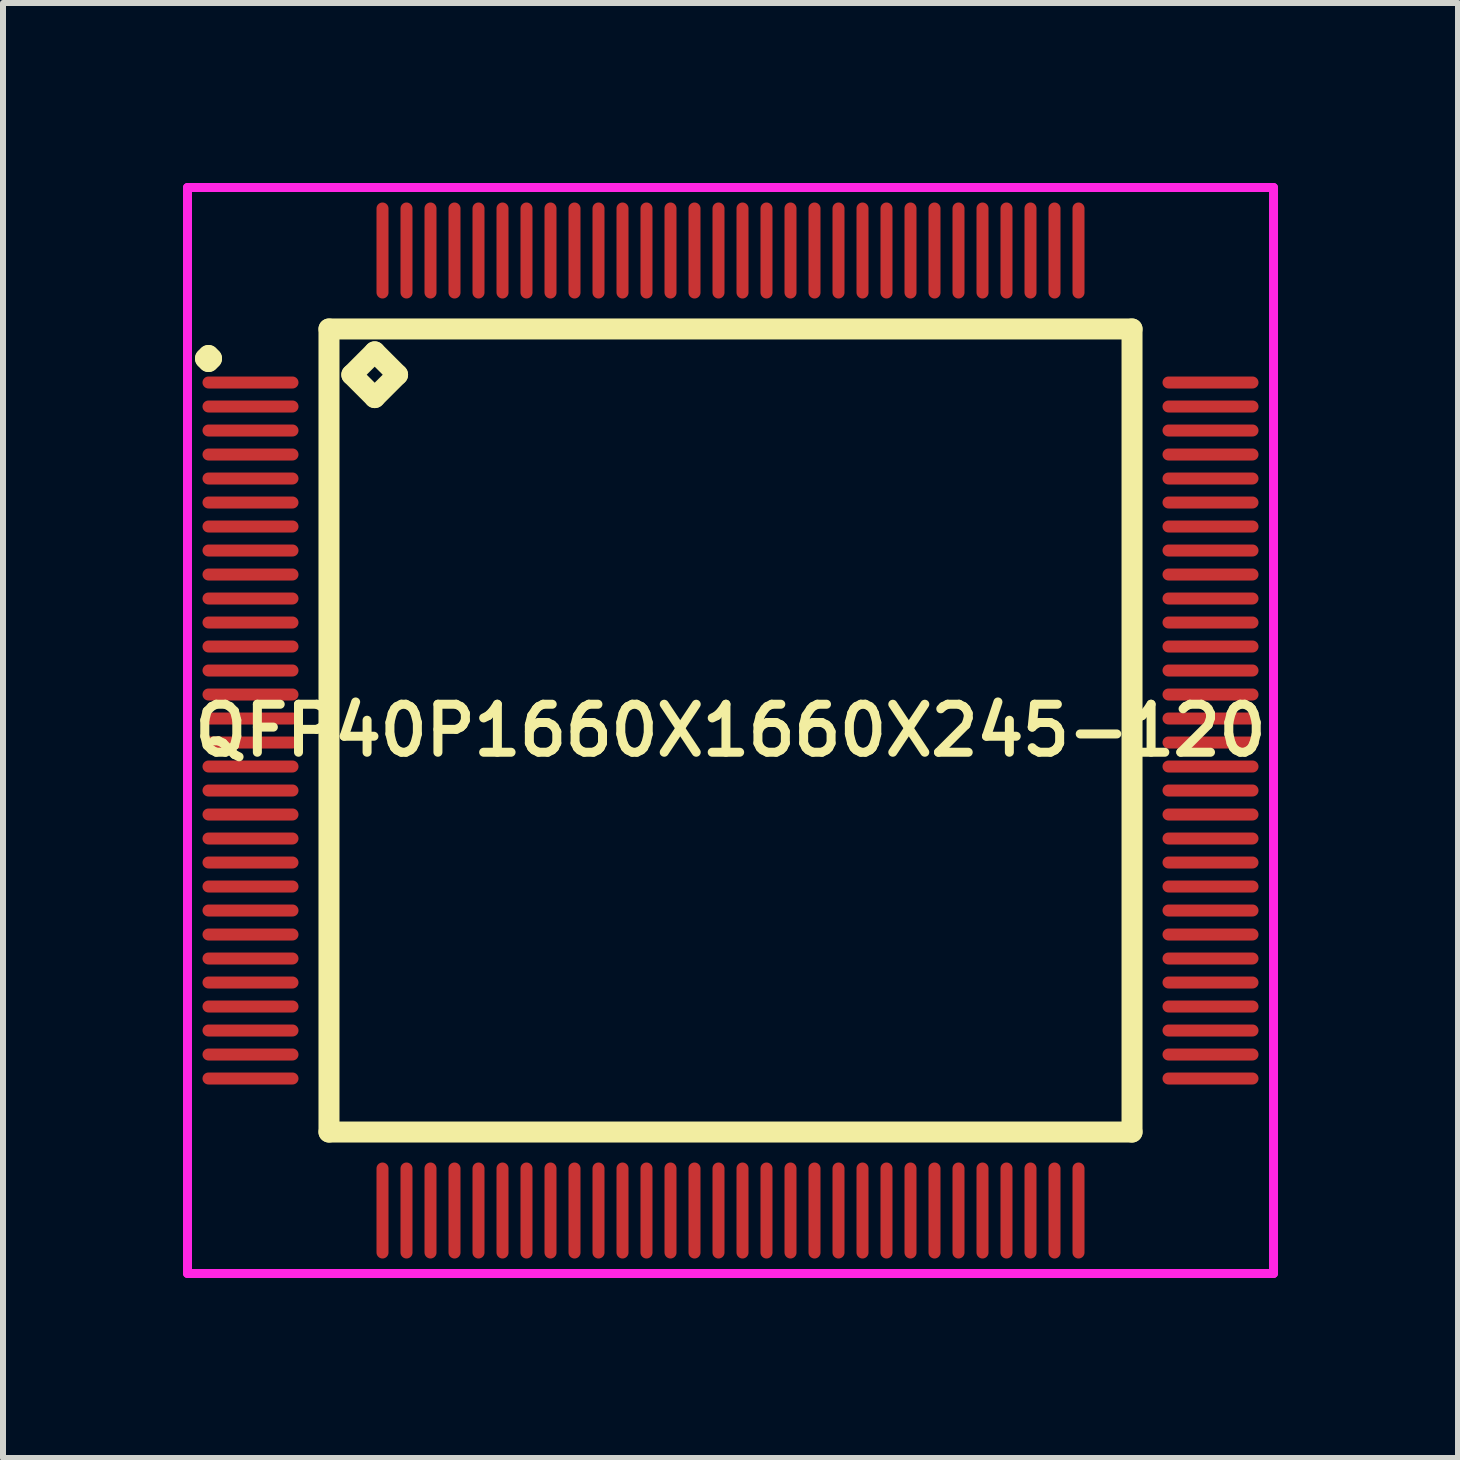
<source format=kicad_pcb>
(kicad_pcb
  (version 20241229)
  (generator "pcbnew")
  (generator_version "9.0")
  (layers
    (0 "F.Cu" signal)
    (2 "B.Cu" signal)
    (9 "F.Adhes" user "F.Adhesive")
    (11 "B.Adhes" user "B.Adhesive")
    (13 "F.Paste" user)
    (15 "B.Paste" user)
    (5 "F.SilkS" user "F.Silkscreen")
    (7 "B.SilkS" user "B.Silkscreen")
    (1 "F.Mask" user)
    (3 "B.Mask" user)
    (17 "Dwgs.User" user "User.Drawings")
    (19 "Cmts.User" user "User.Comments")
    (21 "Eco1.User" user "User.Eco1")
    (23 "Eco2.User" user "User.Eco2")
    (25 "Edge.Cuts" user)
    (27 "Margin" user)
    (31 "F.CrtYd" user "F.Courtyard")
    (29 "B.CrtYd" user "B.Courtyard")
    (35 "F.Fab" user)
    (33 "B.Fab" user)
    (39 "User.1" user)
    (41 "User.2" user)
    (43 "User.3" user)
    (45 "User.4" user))
  (footprint "QFP40P1660X1660X245-120"
    (layer "F.Cu")
    (at 9.125 9.125)
    (property "Reference" "QFP40P1660X1660X245-120" (at 0 0 0) (layer "F.SilkS") (effects (font (size 0.8 0.8) (thickness 0.15))))
    (attr smd)
    (fp_line (start -8.75 -6.2) (end -8.7 -6.25) (stroke (width 0.35) (type solid)) (layer "F.SilkS"))
    (fp_line (start -8.7 -6.25) (end -8.65 -6.2) (stroke (width 0.35) (type solid)) (layer "F.SilkS"))
    (fp_line (start -8.7 -6.15) (end -8.75 -6.2) (stroke (width 0.35) (type solid)) (layer "F.SilkS"))
    (fp_line (start -8.65 -6.2) (end -8.7 -6.15) (stroke (width 0.35) (type solid)) (layer "F.SilkS"))
    (fp_line (start -6.692 -6.692) (end -6.692 6.692) (stroke (width 0.35) (type solid)) (layer "F.SilkS"))
    (fp_line (start -6.692 6.692) (end 6.692 6.692) (stroke (width 0.35) (type solid)) (layer "F.SilkS"))
    (fp_line (start -6.311 -5.93) (end -5.93 -6.311) (stroke (width 0.35) (type solid)) (layer "F.SilkS"))
    (fp_line (start -5.93 -6.311) (end -5.549 -5.93) (stroke (width 0.35) (type solid)) (layer "F.SilkS"))
    (fp_line (start -5.93 -5.549) (end -6.311 -5.93) (stroke (width 0.35) (type solid)) (layer "F.SilkS"))
    (fp_line (start -5.549 -5.93) (end -5.93 -5.549) (stroke (width 0.35) (type solid)) (layer "F.SilkS"))
    (fp_line (start 6.692 -6.692) (end -6.692 -6.692) (stroke (width 0.35) (type solid)) (layer "F.SilkS"))
    (fp_line (start 6.692 6.692) (end 6.692 -6.692) (stroke (width 0.35) (type solid)) (layer "F.SilkS"))
    (fp_line (start -9.05 -9.05) (end 9.05 -9.05) (stroke (width 0.15) (type solid)) (layer "F.CrtYd"))
    (fp_line (start -9.05 9.05) (end -9.05 -9.05) (stroke (width 0.15) (type solid)) (layer "F.CrtYd"))
    (fp_line (start 9.05 -9.05) (end 9.05 9.05) (stroke (width 0.15) (type solid)) (layer "F.CrtYd"))
    (fp_line (start 9.05 9.05) (end -9.05 9.05) (stroke (width 0.15) (type solid)) (layer "F.CrtYd"))
    (pad "1" smd oval (at -8 -5.8) (size 1.6 0.2) (layers "F.Cu" "F.Mask" "F.Paste"))
    (pad "2" smd oval (at -8 -5.4) (size 1.6 0.2) (layers "F.Cu" "F.Mask" "F.Paste"))
    (pad "3" smd oval (at -8 -5) (size 1.6 0.2) (layers "F.Cu" "F.Mask" "F.Paste"))
    (pad "4" smd oval (at -8 -4.6) (size 1.6 0.2) (layers "F.Cu" "F.Mask" "F.Paste"))
    (pad "5" smd oval (at -8 -4.2) (size 1.6 0.2) (layers "F.Cu" "F.Mask" "F.Paste"))
    (pad "6" smd oval (at -8 -3.8) (size 1.6 0.2) (layers "F.Cu" "F.Mask" "F.Paste"))
    (pad "7" smd oval (at -8 -3.4) (size 1.6 0.2) (layers "F.Cu" "F.Mask" "F.Paste"))
    (pad "8" smd oval (at -8 -3) (size 1.6 0.2) (layers "F.Cu" "F.Mask" "F.Paste"))
    (pad "9" smd oval (at -8 -2.6) (size 1.6 0.2) (layers "F.Cu" "F.Mask" "F.Paste"))
    (pad "10" smd oval (at -8 -2.2) (size 1.6 0.2) (layers "F.Cu" "F.Mask" "F.Paste"))
    (pad "11" smd oval (at -8 -1.8) (size 1.6 0.2) (layers "F.Cu" "F.Mask" "F.Paste"))
    (pad "12" smd oval (at -8 -1.4) (size 1.6 0.2) (layers "F.Cu" "F.Mask" "F.Paste"))
    (pad "13" smd oval (at -8 -1) (size 1.6 0.2) (layers "F.Cu" "F.Mask" "F.Paste"))
    (pad "14" smd oval (at -8 -0.6) (size 1.6 0.2) (layers "F.Cu" "F.Mask" "F.Paste"))
    (pad "15" smd oval (at -8 -0.2) (size 1.6 0.2) (layers "F.Cu" "F.Mask" "F.Paste"))
    (pad "16" smd oval (at -8 0.2) (size 1.6 0.2) (layers "F.Cu" "F.Mask" "F.Paste"))
    (pad "17" smd oval (at -8 0.6) (size 1.6 0.2) (layers "F.Cu" "F.Mask" "F.Paste"))
    (pad "18" smd oval (at -8 1) (size 1.6 0.2) (layers "F.Cu" "F.Mask" "F.Paste"))
    (pad "19" smd oval (at -8 1.4) (size 1.6 0.2) (layers "F.Cu" "F.Mask" "F.Paste"))
    (pad "20" smd oval (at -8 1.8) (size 1.6 0.2) (layers "F.Cu" "F.Mask" "F.Paste"))
    (pad "21" smd oval (at -8 2.2) (size 1.6 0.2) (layers "F.Cu" "F.Mask" "F.Paste"))
    (pad "22" smd oval (at -8 2.6) (size 1.6 0.2) (layers "F.Cu" "F.Mask" "F.Paste"))
    (pad "23" smd oval (at -8 3) (size 1.6 0.2) (layers "F.Cu" "F.Mask" "F.Paste"))
    (pad "24" smd oval (at -8 3.4) (size 1.6 0.2) (layers "F.Cu" "F.Mask" "F.Paste"))
    (pad "25" smd oval (at -8 3.8) (size 1.6 0.2) (layers "F.Cu" "F.Mask" "F.Paste"))
    (pad "26" smd oval (at -8 4.2) (size 1.6 0.2) (layers "F.Cu" "F.Mask" "F.Paste"))
    (pad "27" smd oval (at -8 4.6) (size 1.6 0.2) (layers "F.Cu" "F.Mask" "F.Paste"))
    (pad "28" smd oval (at -8 5) (size 1.6 0.2) (layers "F.Cu" "F.Mask" "F.Paste"))
    (pad "29" smd oval (at -8 5.4) (size 1.6 0.2) (layers "F.Cu" "F.Mask" "F.Paste"))
    (pad "30" smd oval (at -8 5.8) (size 1.6 0.2) (layers "F.Cu" "F.Mask" "F.Paste"))
    (pad "31" smd oval (at -5.8 8) (size 0.2 1.6) (layers "F.Cu" "F.Mask" "F.Paste"))
    (pad "32" smd oval (at -5.4 8) (size 0.2 1.6) (layers "F.Cu" "F.Mask" "F.Paste"))
    (pad "33" smd oval (at -5 8) (size 0.2 1.6) (layers "F.Cu" "F.Mask" "F.Paste"))
    (pad "34" smd oval (at -4.6 8) (size 0.2 1.6) (layers "F.Cu" "F.Mask" "F.Paste"))
    (pad "35" smd oval (at -4.2 8) (size 0.2 1.6) (layers "F.Cu" "F.Mask" "F.Paste"))
    (pad "36" smd oval (at -3.8 8) (size 0.2 1.6) (layers "F.Cu" "F.Mask" "F.Paste"))
    (pad "37" smd oval (at -3.4 8) (size 0.2 1.6) (layers "F.Cu" "F.Mask" "F.Paste"))
    (pad "38" smd oval (at -3 8) (size 0.2 1.6) (layers "F.Cu" "F.Mask" "F.Paste"))
    (pad "39" smd oval (at -2.6 8) (size 0.2 1.6) (layers "F.Cu" "F.Mask" "F.Paste"))
    (pad "40" smd oval (at -2.2 8) (size 0.2 1.6) (layers "F.Cu" "F.Mask" "F.Paste"))
    (pad "41" smd oval (at -1.8 8) (size 0.2 1.6) (layers "F.Cu" "F.Mask" "F.Paste"))
    (pad "42" smd oval (at -1.4 8) (size 0.2 1.6) (layers "F.Cu" "F.Mask" "F.Paste"))
    (pad "43" smd oval (at -1 8) (size 0.2 1.6) (layers "F.Cu" "F.Mask" "F.Paste"))
    (pad "44" smd oval (at -0.6 8) (size 0.2 1.6) (layers "F.Cu" "F.Mask" "F.Paste"))
    (pad "45" smd oval (at -0.2 8) (size 0.2 1.6) (layers "F.Cu" "F.Mask" "F.Paste"))
    (pad "46" smd oval (at 0.2 8) (size 0.2 1.6) (layers "F.Cu" "F.Mask" "F.Paste"))
    (pad "47" smd oval (at 0.6 8) (size 0.2 1.6) (layers "F.Cu" "F.Mask" "F.Paste"))
    (pad "48" smd oval (at 1 8) (size 0.2 1.6) (layers "F.Cu" "F.Mask" "F.Paste"))
    (pad "49" smd oval (at 1.4 8) (size 0.2 1.6) (layers "F.Cu" "F.Mask" "F.Paste"))
    (pad "50" smd oval (at 1.8 8) (size 0.2 1.6) (layers "F.Cu" "F.Mask" "F.Paste"))
    (pad "51" smd oval (at 2.2 8) (size 0.2 1.6) (layers "F.Cu" "F.Mask" "F.Paste"))
    (pad "52" smd oval (at 2.6 8) (size 0.2 1.6) (layers "F.Cu" "F.Mask" "F.Paste"))
    (pad "53" smd oval (at 3 8) (size 0.2 1.6) (layers "F.Cu" "F.Mask" "F.Paste"))
    (pad "54" smd oval (at 3.4 8) (size 0.2 1.6) (layers "F.Cu" "F.Mask" "F.Paste"))
    (pad "55" smd oval (at 3.8 8) (size 0.2 1.6) (layers "F.Cu" "F.Mask" "F.Paste"))
    (pad "56" smd oval (at 4.2 8) (size 0.2 1.6) (layers "F.Cu" "F.Mask" "F.Paste"))
    (pad "57" smd oval (at 4.6 8) (size 0.2 1.6) (layers "F.Cu" "F.Mask" "F.Paste"))
    (pad "58" smd oval (at 5 8) (size 0.2 1.6) (layers "F.Cu" "F.Mask" "F.Paste"))
    (pad "59" smd oval (at 5.4 8) (size 0.2 1.6) (layers "F.Cu" "F.Mask" "F.Paste"))
    (pad "60" smd oval (at 5.8 8) (size 0.2 1.6) (layers "F.Cu" "F.Mask" "F.Paste"))
    (pad "61" smd oval (at 8 5.8) (size 1.6 0.2) (layers "F.Cu" "F.Mask" "F.Paste"))
    (pad "62" smd oval (at 8 5.4) (size 1.6 0.2) (layers "F.Cu" "F.Mask" "F.Paste"))
    (pad "63" smd oval (at 8 5) (size 1.6 0.2) (layers "F.Cu" "F.Mask" "F.Paste"))
    (pad "64" smd oval (at 8 4.6) (size 1.6 0.2) (layers "F.Cu" "F.Mask" "F.Paste"))
    (pad "65" smd oval (at 8 4.2) (size 1.6 0.2) (layers "F.Cu" "F.Mask" "F.Paste"))
    (pad "66" smd oval (at 8 3.8) (size 1.6 0.2) (layers "F.Cu" "F.Mask" "F.Paste"))
    (pad "67" smd oval (at 8 3.4) (size 1.6 0.2) (layers "F.Cu" "F.Mask" "F.Paste"))
    (pad "68" smd oval (at 8 3) (size 1.6 0.2) (layers "F.Cu" "F.Mask" "F.Paste"))
    (pad "69" smd oval (at 8 2.6) (size 1.6 0.2) (layers "F.Cu" "F.Mask" "F.Paste"))
    (pad "70" smd oval (at 8 2.2) (size 1.6 0.2) (layers "F.Cu" "F.Mask" "F.Paste"))
    (pad "71" smd oval (at 8 1.8) (size 1.6 0.2) (layers "F.Cu" "F.Mask" "F.Paste"))
    (pad "72" smd oval (at 8 1.4) (size 1.6 0.2) (layers "F.Cu" "F.Mask" "F.Paste"))
    (pad "73" smd oval (at 8 1) (size 1.6 0.2) (layers "F.Cu" "F.Mask" "F.Paste"))
    (pad "74" smd oval (at 8 0.6) (size 1.6 0.2) (layers "F.Cu" "F.Mask" "F.Paste"))
    (pad "75" smd oval (at 8 0.2) (size 1.6 0.2) (layers "F.Cu" "F.Mask" "F.Paste"))
    (pad "76" smd oval (at 8 -0.2) (size 1.6 0.2) (layers "F.Cu" "F.Mask" "F.Paste"))
    (pad "77" smd oval (at 8 -0.6) (size 1.6 0.2) (layers "F.Cu" "F.Mask" "F.Paste"))
    (pad "78" smd oval (at 8 -1) (size 1.6 0.2) (layers "F.Cu" "F.Mask" "F.Paste"))
    (pad "79" smd oval (at 8 -1.4) (size 1.6 0.2) (layers "F.Cu" "F.Mask" "F.Paste"))
    (pad "80" smd oval (at 8 -1.8) (size 1.6 0.2) (layers "F.Cu" "F.Mask" "F.Paste"))
    (pad "81" smd oval (at 8 -2.2) (size 1.6 0.2) (layers "F.Cu" "F.Mask" "F.Paste"))
    (pad "82" smd oval (at 8 -2.6) (size 1.6 0.2) (layers "F.Cu" "F.Mask" "F.Paste"))
    (pad "83" smd oval (at 8 -3) (size 1.6 0.2) (layers "F.Cu" "F.Mask" "F.Paste"))
    (pad "84" smd oval (at 8 -3.4) (size 1.6 0.2) (layers "F.Cu" "F.Mask" "F.Paste"))
    (pad "85" smd oval (at 8 -3.8) (size 1.6 0.2) (layers "F.Cu" "F.Mask" "F.Paste"))
    (pad "86" smd oval (at 8 -4.2) (size 1.6 0.2) (layers "F.Cu" "F.Mask" "F.Paste"))
    (pad "87" smd oval (at 8 -4.6) (size 1.6 0.2) (layers "F.Cu" "F.Mask" "F.Paste"))
    (pad "88" smd oval (at 8 -5) (size 1.6 0.2) (layers "F.Cu" "F.Mask" "F.Paste"))
    (pad "89" smd oval (at 8 -5.4) (size 1.6 0.2) (layers "F.Cu" "F.Mask" "F.Paste"))
    (pad "90" smd oval (at 8 -5.8) (size 1.6 0.2) (layers "F.Cu" "F.Mask" "F.Paste"))
    (pad "91" smd oval (at 5.8 -8) (size 0.2 1.6) (layers "F.Cu" "F.Mask" "F.Paste"))
    (pad "92" smd oval (at 5.4 -8) (size 0.2 1.6) (layers "F.Cu" "F.Mask" "F.Paste"))
    (pad "93" smd oval (at 5 -8) (size 0.2 1.6) (layers "F.Cu" "F.Mask" "F.Paste"))
    (pad "94" smd oval (at 4.6 -8) (size 0.2 1.6) (layers "F.Cu" "F.Mask" "F.Paste"))
    (pad "95" smd oval (at 4.2 -8) (size 0.2 1.6) (layers "F.Cu" "F.Mask" "F.Paste"))
    (pad "96" smd oval (at 3.8 -8) (size 0.2 1.6) (layers "F.Cu" "F.Mask" "F.Paste"))
    (pad "97" smd oval (at 3.4 -8) (size 0.2 1.6) (layers "F.Cu" "F.Mask" "F.Paste"))
    (pad "98" smd oval (at 3 -8) (size 0.2 1.6) (layers "F.Cu" "F.Mask" "F.Paste"))
    (pad "99" smd oval (at 2.6 -8) (size 0.2 1.6) (layers "F.Cu" "F.Mask" "F.Paste"))
    (pad "100" smd oval (at 2.2 -8) (size 0.2 1.6) (layers "F.Cu" "F.Mask" "F.Paste"))
    (pad "101" smd oval (at 1.8 -8) (size 0.2 1.6) (layers "F.Cu" "F.Mask" "F.Paste"))
    (pad "102" smd oval (at 1.4 -8) (size 0.2 1.6) (layers "F.Cu" "F.Mask" "F.Paste"))
    (pad "103" smd oval (at 1 -8) (size 0.2 1.6) (layers "F.Cu" "F.Mask" "F.Paste"))
    (pad "104" smd oval (at 0.6 -8) (size 0.2 1.6) (layers "F.Cu" "F.Mask" "F.Paste"))
    (pad "105" smd oval (at 0.2 -8) (size 0.2 1.6) (layers "F.Cu" "F.Mask" "F.Paste"))
    (pad "106" smd oval (at -0.2 -8) (size 0.2 1.6) (layers "F.Cu" "F.Mask" "F.Paste"))
    (pad "107" smd oval (at -0.6 -8) (size 0.2 1.6) (layers "F.Cu" "F.Mask" "F.Paste"))
    (pad "108" smd oval (at -1 -8) (size 0.2 1.6) (layers "F.Cu" "F.Mask" "F.Paste"))
    (pad "109" smd oval (at -1.4 -8) (size 0.2 1.6) (layers "F.Cu" "F.Mask" "F.Paste"))
    (pad "110" smd oval (at -1.8 -8) (size 0.2 1.6) (layers "F.Cu" "F.Mask" "F.Paste"))
    (pad "111" smd oval (at -2.2 -8) (size 0.2 1.6) (layers "F.Cu" "F.Mask" "F.Paste"))
    (pad "112" smd oval (at -2.6 -8) (size 0.2 1.6) (layers "F.Cu" "F.Mask" "F.Paste"))
    (pad "113" smd oval (at -3 -8) (size 0.2 1.6) (layers "F.Cu" "F.Mask" "F.Paste"))
    (pad "114" smd oval (at -3.4 -8) (size 0.2 1.6) (layers "F.Cu" "F.Mask" "F.Paste"))
    (pad "115" smd oval (at -3.8 -8) (size 0.2 1.6) (layers "F.Cu" "F.Mask" "F.Paste"))
    (pad "116" smd oval (at -4.2 -8) (size 0.2 1.6) (layers "F.Cu" "F.Mask" "F.Paste"))
    (pad "117" smd oval (at -4.6 -8) (size 0.2 1.6) (layers "F.Cu" "F.Mask" "F.Paste"))
    (pad "118" smd oval (at -5 -8) (size 0.2 1.6) (layers "F.Cu" "F.Mask" "F.Paste"))
    (pad "119" smd oval (at -5.4 -8) (size 0.2 1.6) (layers "F.Cu" "F.Mask" "F.Paste"))
    (pad "120" smd oval (at -5.8 -8) (size 0.2 1.6) (layers "F.Cu" "F.Mask" "F.Paste")))
  (gr_rect
    (start -3 -3)
    (end 21.25 21.25)
    (stroke (width 0.1) (type default))
    (fill no)
    (layer "Edge.Cuts")))
</source>
